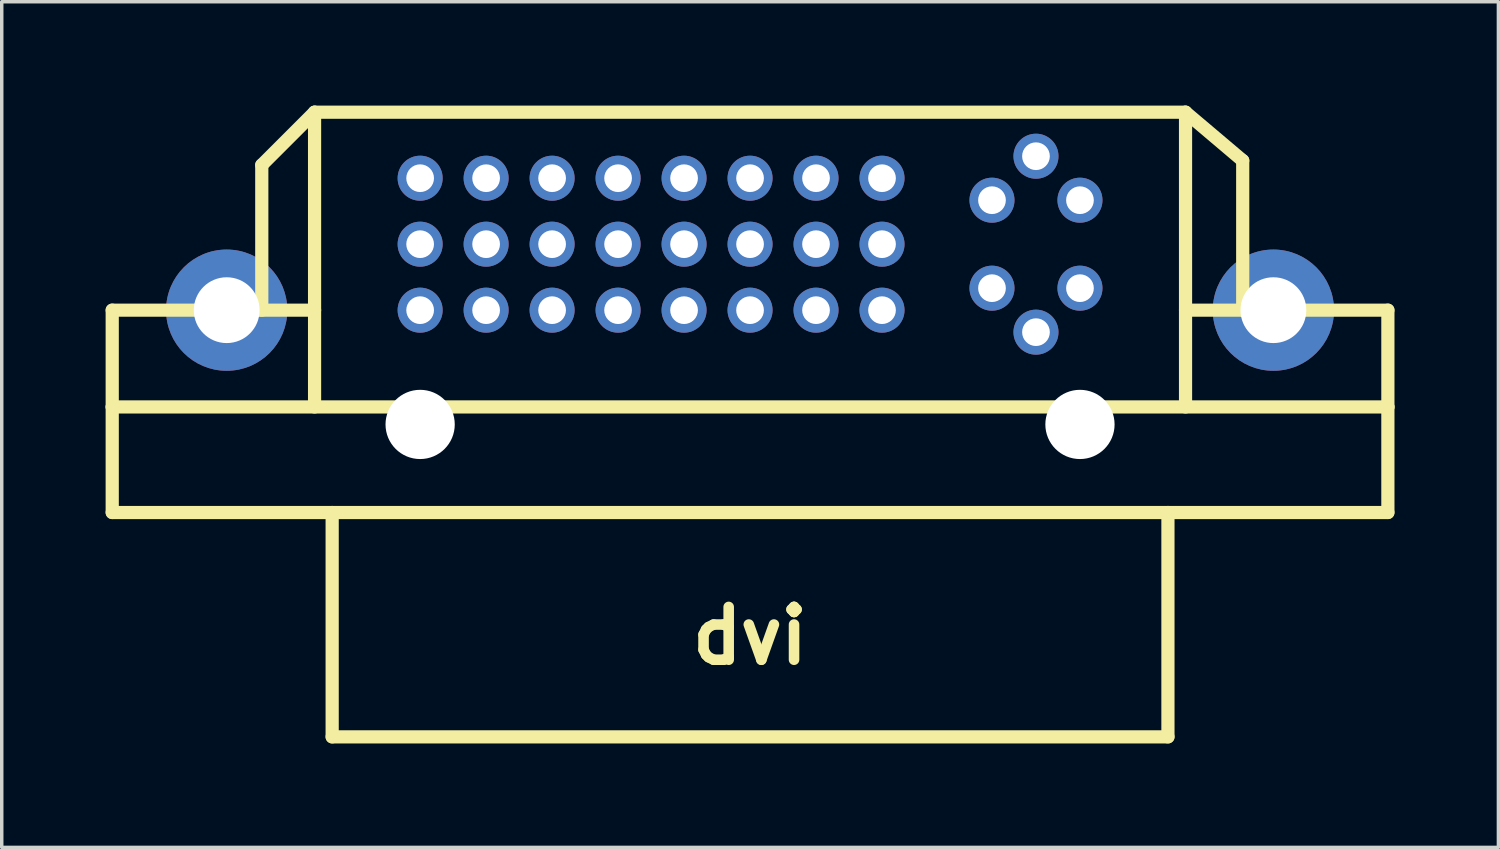
<source format=kicad_pcb>
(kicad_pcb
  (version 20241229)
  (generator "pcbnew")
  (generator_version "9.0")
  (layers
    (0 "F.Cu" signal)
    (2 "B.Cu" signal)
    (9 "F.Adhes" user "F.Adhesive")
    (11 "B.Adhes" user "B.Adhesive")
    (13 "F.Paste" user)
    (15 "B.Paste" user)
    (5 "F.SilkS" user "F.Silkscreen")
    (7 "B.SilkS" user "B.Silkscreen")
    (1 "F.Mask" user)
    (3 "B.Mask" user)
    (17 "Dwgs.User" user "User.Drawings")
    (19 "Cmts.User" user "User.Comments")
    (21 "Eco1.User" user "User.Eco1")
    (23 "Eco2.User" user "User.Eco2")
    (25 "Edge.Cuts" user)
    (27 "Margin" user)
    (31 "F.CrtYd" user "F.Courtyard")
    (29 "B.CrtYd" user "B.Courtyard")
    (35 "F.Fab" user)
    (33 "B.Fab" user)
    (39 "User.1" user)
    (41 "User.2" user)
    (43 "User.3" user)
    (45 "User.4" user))
  (footprint "dvi"
    (layer "F.Cu")
    (at 18.605 9.207)
    (property "Reference" "dvi" (at 0 6.101 0) (layer "F.SilkS") (effects (font (size 1.524 1.524) (thickness 0.305))))
    (attr through_hole)
    (fp_line (start -18.415 -3.302) (end -12.573 -3.302) (stroke (width 0.381) (type solid)) (layer "F.SilkS"))
    (fp_line (start -18.415 -0.508) (end -18.415 -3.302) (stroke (width 0.381) (type solid)) (layer "F.SilkS"))
    (fp_line (start -18.415 -0.508) (end -18.415 2.54) (stroke (width 0.381) (type solid)) (layer "F.SilkS"))
    (fp_line (start -18.415 -0.508) (end 18.415 -0.508) (stroke (width 0.381) (type solid)) (layer "F.SilkS"))
    (fp_line (start -18.415 2.54) (end 18.415 2.54) (stroke (width 0.381) (type solid)) (layer "F.SilkS"))
    (fp_line (start -14.097 -7.493) (end -14.097 -3.302) (stroke (width 0.381) (type solid)) (layer "F.SilkS"))
    (fp_line (start -12.573 -9.017) (end -14.097 -7.493) (stroke (width 0.381) (type solid)) (layer "F.SilkS"))
    (fp_line (start -12.573 -9.017) (end -12.573 -0.508) (stroke (width 0.381) (type solid)) (layer "F.SilkS"))
    (fp_line (start -12.573 -9.017) (end 12.573 -9.017) (stroke (width 0.381) (type solid)) (layer "F.SilkS"))
    (fp_line (start -12.065 9.017) (end -12.065 2.54) (stroke (width 0.381) (type solid)) (layer "F.SilkS"))
    (fp_line (start -12.065 9.017) (end 12.065 9.017) (stroke (width 0.381) (type solid)) (layer "F.SilkS"))
    (fp_line (start 12.065 9.017) (end 12.065 2.54) (stroke (width 0.381) (type solid)) (layer "F.SilkS"))
    (fp_line (start 12.573 -9.017) (end 12.573 -0.508) (stroke (width 0.381) (type solid)) (layer "F.SilkS"))
    (fp_line (start 12.573 -9.017) (end 14.224 -7.62) (stroke (width 0.381) (type solid)) (layer "F.SilkS"))
    (fp_line (start 14.224 -7.62) (end 14.224 -3.302) (stroke (width 0.381) (type solid)) (layer "F.SilkS"))
    (fp_line (start 18.415 -3.302) (end 12.573 -3.302) (stroke (width 0.381) (type solid)) (layer "F.SilkS"))
    (fp_line (start 18.415 -0.508) (end 18.415 -3.302) (stroke (width 0.381) (type solid)) (layer "F.SilkS"))
    (fp_line (start 18.415 -0.508) (end 18.415 2.54) (stroke (width 0.381) (type solid)) (layer "F.SilkS"))
    (pad "" thru_hole circle (at -15.11 -3.302) (size 3.5 3.5) (drill 1.9) (layers "*.Cu" "*.Mask"))
    (pad "" np_thru_hole circle (at -9.525 -0.003) (size 1.999 1.999) (drill 1.999) (layers "*.Cu"))
    (pad "" np_thru_hole circle (at 9.525 -0.003) (size 1.999 1.999) (drill 1.999) (layers "*.Cu"))
    (pad "" thru_hole circle (at 15.11 -3.302) (size 3.5 3.5) (drill 1.9) (layers "*.Cu" "*.Mask"))
    (pad "1" thru_hole circle (at -9.525 -7.112) (size 1.3 1.3) (drill 0.8) (layers "*.Cu" "*.Mask"))
    (pad "2" thru_hole circle (at -7.62 -7.112) (size 1.3 1.3) (drill 0.8) (layers "*.Cu" "*.Mask"))
    (pad "3" thru_hole circle (at -5.715 -7.112) (size 1.3 1.3) (drill 0.8) (layers "*.Cu" "*.Mask"))
    (pad "4" thru_hole circle (at -3.81 -7.112) (size 1.3 1.3) (drill 0.8) (layers "*.Cu" "*.Mask"))
    (pad "5" thru_hole circle (at -1.905 -7.112) (size 1.3 1.3) (drill 0.8) (layers "*.Cu" "*.Mask"))
    (pad "6" thru_hole circle (at 0 -7.112) (size 1.3 1.3) (drill 0.8) (layers "*.Cu" "*.Mask"))
    (pad "7" thru_hole circle (at 1.905 -7.112) (size 1.3 1.3) (drill 0.8) (layers "*.Cu" "*.Mask"))
    (pad "8" thru_hole circle (at 3.81 -7.112) (size 1.3 1.3) (drill 0.8) (layers "*.Cu" "*.Mask"))
    (pad "9" thru_hole circle (at -9.525 -5.207) (size 1.3 1.3) (drill 0.8) (layers "*.Cu" "*.Mask"))
    (pad "10" thru_hole circle (at -7.62 -5.207) (size 1.3 1.3) (drill 0.8) (layers "*.Cu" "*.Mask"))
    (pad "11" thru_hole circle (at -5.715 -5.207) (size 1.3 1.3) (drill 0.8) (layers "*.Cu" "*.Mask"))
    (pad "12" thru_hole circle (at -3.81 -5.207) (size 1.3 1.3) (drill 0.8) (layers "*.Cu" "*.Mask"))
    (pad "13" thru_hole circle (at -1.905 -5.207) (size 1.3 1.3) (drill 0.8) (layers "*.Cu" "*.Mask"))
    (pad "14" thru_hole circle (at 0 -5.207) (size 1.3 1.3) (drill 0.8) (layers "*.Cu" "*.Mask"))
    (pad "15" thru_hole circle (at 1.905 -5.207) (size 1.3 1.3) (drill 0.8) (layers "*.Cu" "*.Mask"))
    (pad "16" thru_hole circle (at 3.81 -5.207) (size 1.3 1.3) (drill 0.8) (layers "*.Cu" "*.Mask"))
    (pad "17" thru_hole circle (at -9.525 -3.302) (size 1.3 1.3) (drill 0.8) (layers "*.Cu" "*.Mask"))
    (pad "18" thru_hole circle (at -7.62 -3.302) (size 1.3 1.3) (drill 0.8) (layers "*.Cu" "*.Mask"))
    (pad "19" thru_hole circle (at -5.715 -3.302) (size 1.3 1.3) (drill 0.8) (layers "*.Cu" "*.Mask"))
    (pad "20" thru_hole circle (at -3.81 -3.302) (size 1.3 1.3) (drill 0.8) (layers "*.Cu" "*.Mask"))
    (pad "21" thru_hole circle (at -1.905 -3.302) (size 1.3 1.3) (drill 0.8) (layers "*.Cu" "*.Mask"))
    (pad "22" thru_hole circle (at 0 -3.302) (size 1.3 1.3) (drill 0.8) (layers "*.Cu" "*.Mask"))
    (pad "23" thru_hole circle (at 1.905 -3.302) (size 1.3 1.3) (drill 0.8) (layers "*.Cu" "*.Mask"))
    (pad "24" thru_hole circle (at 3.81 -3.302) (size 1.3 1.3) (drill 0.8) (layers "*.Cu" "*.Mask"))
    (pad "C1" thru_hole circle (at 6.985 -6.477) (size 1.3 1.3) (drill 0.8) (layers "*.Cu" "*.Mask"))
    (pad "C2" thru_hole circle (at 9.525 -6.477) (size 1.3 1.3) (drill 0.8) (layers "*.Cu" "*.Mask"))
    (pad "C3" thru_hole circle (at 6.985 -3.937) (size 1.3 1.3) (drill 0.8) (layers "*.Cu" "*.Mask"))
    (pad "C4" thru_hole circle (at 9.525 -3.937) (size 1.3 1.3) (drill 0.8) (layers "*.Cu" "*.Mask"))
    (pad "C5" thru_hole circle (at 8.255 -7.747) (size 1.3 1.3) (drill 0.8) (layers "*.Cu" "*.Mask"))
    (pad "C5" thru_hole circle (at 8.255 -2.667) (size 1.3 1.3) (drill 0.8) (layers "*.Cu" "*.Mask")))
  (gr_rect
    (start -3 -3)
    (end 40.211 21.415)
    (stroke (width 0.1) (type default))
    (fill no)
    (layer "Edge.Cuts")))
</source>
